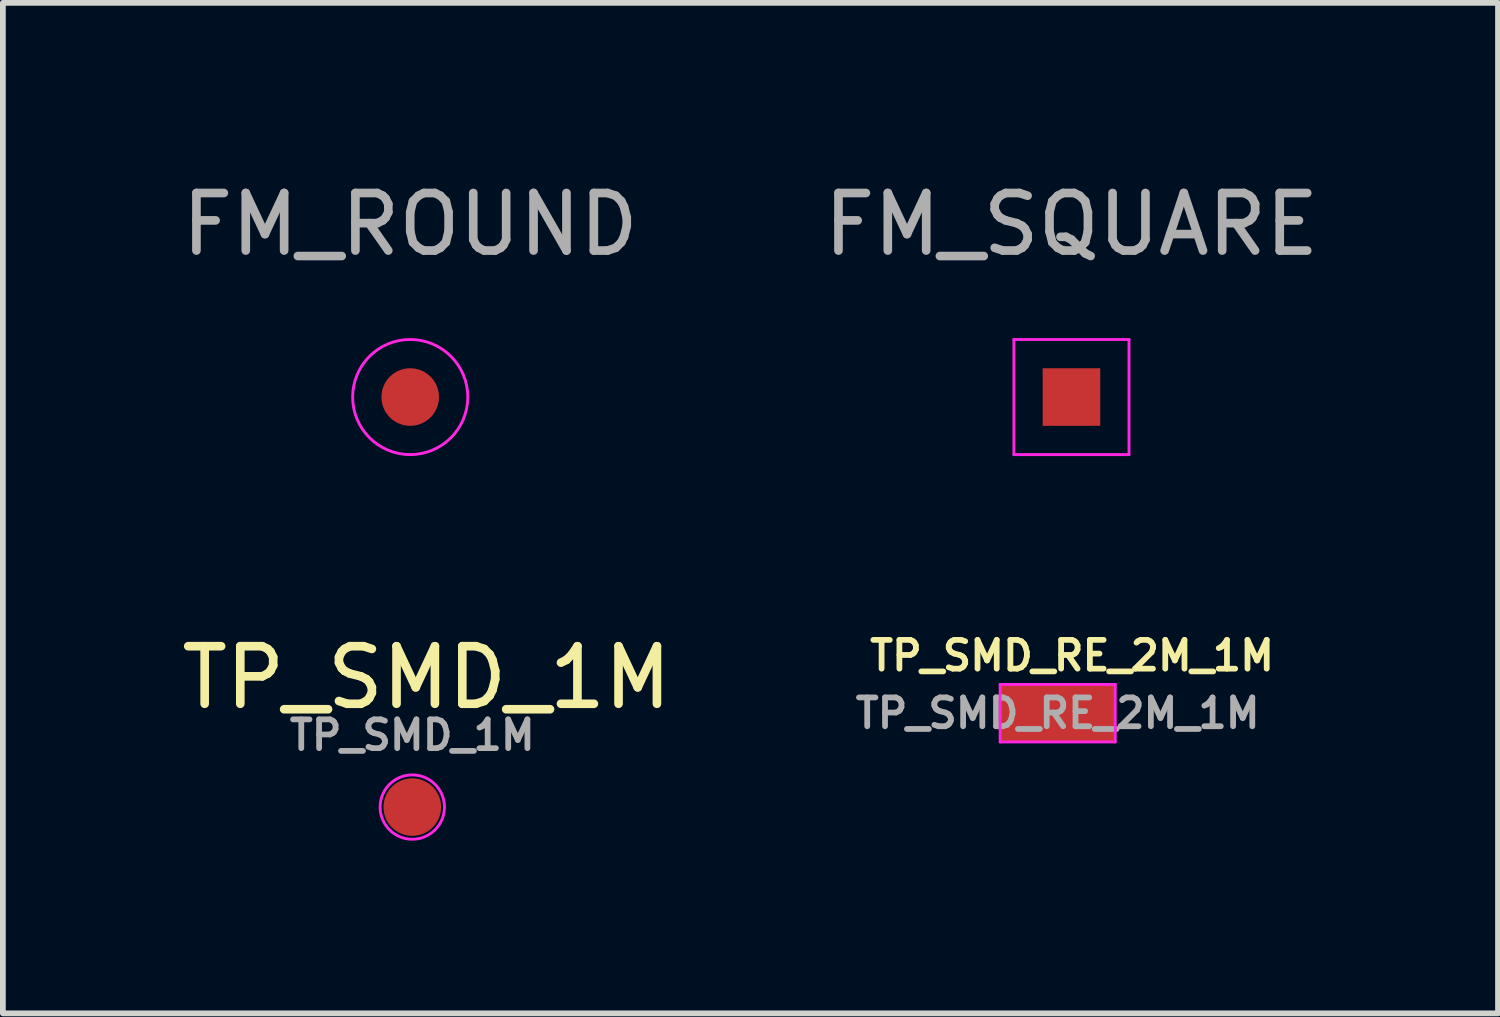
<source format=kicad_pcb>
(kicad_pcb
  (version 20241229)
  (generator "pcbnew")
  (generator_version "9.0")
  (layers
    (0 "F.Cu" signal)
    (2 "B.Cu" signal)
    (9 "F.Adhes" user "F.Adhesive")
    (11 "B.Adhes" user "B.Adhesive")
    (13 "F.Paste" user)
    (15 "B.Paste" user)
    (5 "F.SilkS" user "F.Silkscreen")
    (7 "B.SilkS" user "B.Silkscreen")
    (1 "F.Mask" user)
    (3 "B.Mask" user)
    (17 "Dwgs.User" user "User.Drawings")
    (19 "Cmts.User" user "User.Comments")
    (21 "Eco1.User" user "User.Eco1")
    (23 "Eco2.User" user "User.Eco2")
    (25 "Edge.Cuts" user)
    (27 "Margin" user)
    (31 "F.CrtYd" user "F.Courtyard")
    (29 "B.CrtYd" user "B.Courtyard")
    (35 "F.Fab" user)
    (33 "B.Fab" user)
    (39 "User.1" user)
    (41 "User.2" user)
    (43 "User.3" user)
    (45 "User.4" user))
  (footprint "FM_SQUARE"
    (layer "F.Cu")
    (at 15.565 3.848)
    (property "Reference" "FM_SQUARE" (at 0 -3 0) (layer "F.Fab") (effects (font (size 1 1) (thickness 0.15))))
    (attr through_hole)
    (fp_line (start -1 -1) (end 1 -1) (stroke (width 0.05) (type solid)) (layer "F.CrtYd"))
    (fp_line (start -1 1) (end -1 -1) (stroke (width 0.05) (type solid)) (layer "F.CrtYd"))
    (fp_line (start 1 -1) (end 1 1) (stroke (width 0.05) (type solid)) (layer "F.CrtYd"))
    (fp_line (start 1 1) (end -1 1) (stroke (width 0.05) (type solid)) (layer "F.CrtYd"))
    (pad "1" smd rect (at 0 0) (size 1 1) (layers "F.Cu" "F.Mask")))
  (footprint "TP_SMD_RE_2M_1M"
    (layer "F.Cu")
    (at 15.326 9.341)
    (property "Reference" "TP_SMD_RE_2M_1M" (at 0 0 0) (layer "F.Fab") (effects (font (size 0.5 0.5) (thickness 0.1))))
    (attr exclude_from_pos_files exclude_from_bom)
    (fp_line (start -1 -0.5) (end 1 -0.5) (stroke (width 0.05) (type solid)) (layer "F.CrtYd"))
    (fp_line (start -1 0.5) (end -1 -0.5) (stroke (width 0.05) (type solid)) (layer "F.CrtYd"))
    (fp_line (start 1 -0.5) (end 1 0.5) (stroke (width 0.05) (type solid)) (layer "F.CrtYd"))
    (fp_line (start 1 0.5) (end -1 0.5) (stroke (width 0.05) (type solid)) (layer "F.CrtYd"))
    (fp_text user "${REFERENCE}" (at 0.25 -1 0) (layer "F.SilkS") (effects (font (size 0.5 0.5) (thickness 0.1))))
    (pad "1" smd rect (at 0 0) (size 2 1) (layers "F.Cu" "F.Mask")))
  (footprint "TP_SMD_1M"
    (layer "F.Cu")
    (at 4.113 10.972)
    (property "Reference" "TP_SMD_1M" (at 0 -1.25 0) (layer "F.Fab") (effects (font (size 0.5 0.5) (thickness 0.1))))
    (attr exclude_from_pos_files exclude_from_bom)
    (fp_circle (center 0 0) (end 0.5 -0.25) (stroke (width 0.05) (type solid)) (fill no) (layer "F.CrtYd"))
    (fp_text user "${REFERENCE}" (at 0.25 -2.25 0) (layer "F.SilkS") (effects (font (size 1 1) (thickness 0.15))))
    (pad "1" smd circle (at 0 0) (size 1 1) (layers "F.Cu" "F.Mask")))
  (footprint "FM_ROUND"
    (layer "F.Cu")
    (at 4.077 3.848)
    (property "Reference" "FM_ROUND" (at 0 -3 0) (layer "F.Fab") (effects (font (size 1 1) (thickness 0.15))))
    (attr through_hole)
    (fp_circle (center 0 0) (end 0 -1) (stroke (width 0.05) (type solid)) (fill no) (layer "F.CrtYd"))
    (pad "1" smd circle (at 0 0) (size 1 1) (layers "F.Cu" "F.Mask")))
  (gr_rect
    (start -3 -3)
    (end 22.976 14.556)
    (stroke (width 0.1) (type default))
    (fill no)
    (layer "Edge.Cuts")))
</source>
